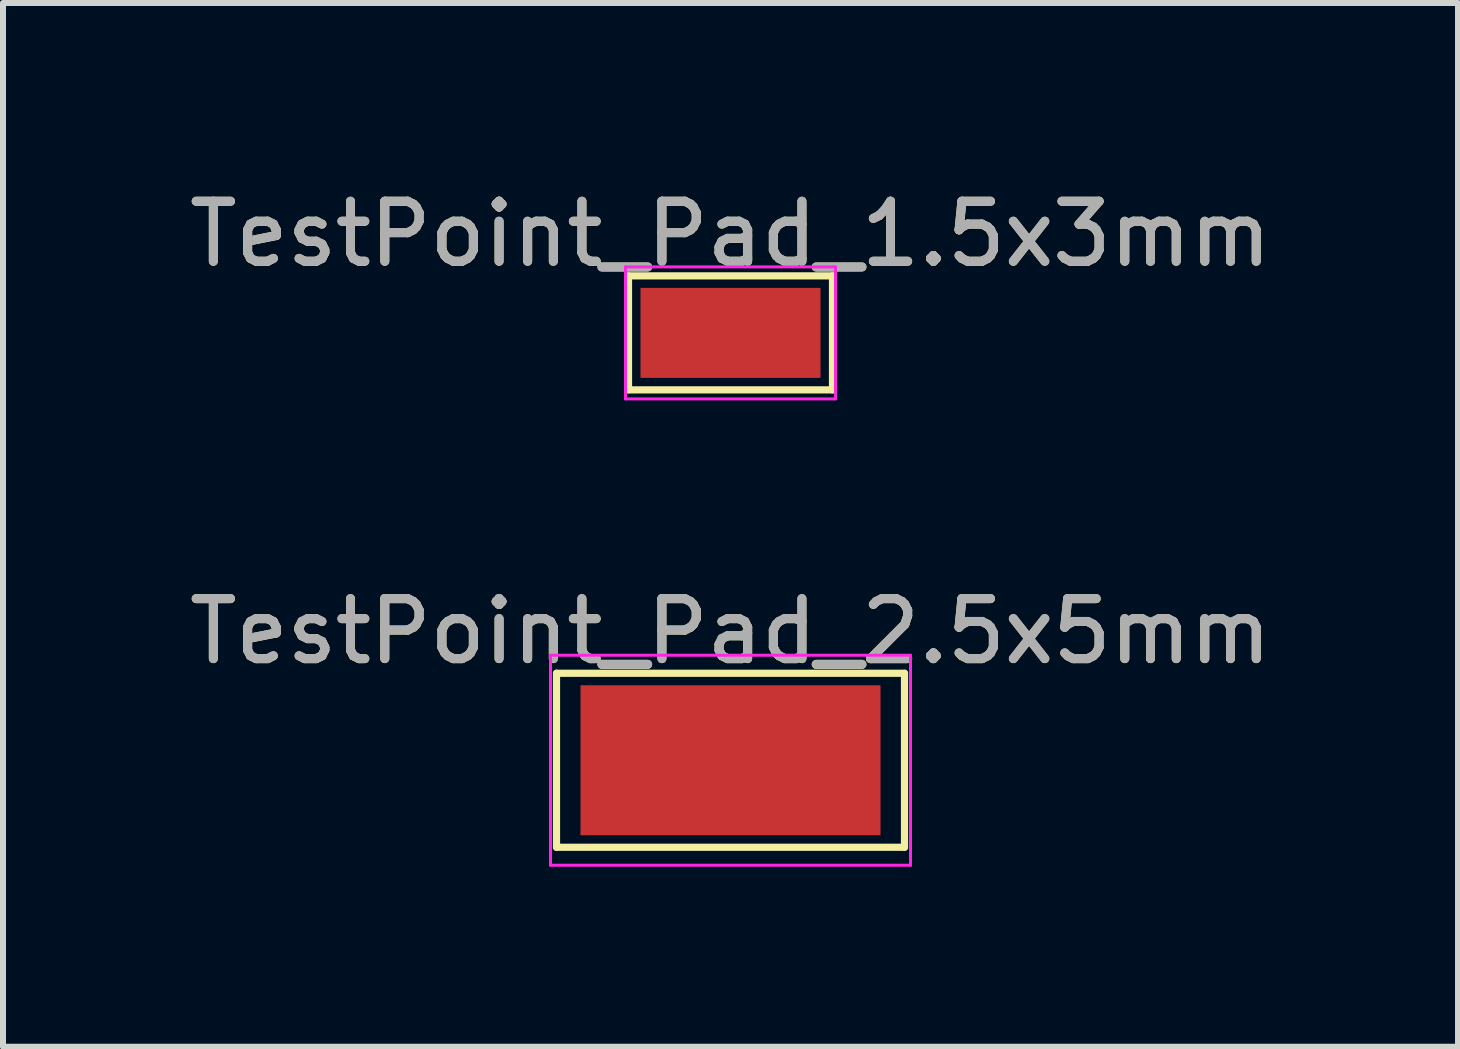
<source format=kicad_pcb>
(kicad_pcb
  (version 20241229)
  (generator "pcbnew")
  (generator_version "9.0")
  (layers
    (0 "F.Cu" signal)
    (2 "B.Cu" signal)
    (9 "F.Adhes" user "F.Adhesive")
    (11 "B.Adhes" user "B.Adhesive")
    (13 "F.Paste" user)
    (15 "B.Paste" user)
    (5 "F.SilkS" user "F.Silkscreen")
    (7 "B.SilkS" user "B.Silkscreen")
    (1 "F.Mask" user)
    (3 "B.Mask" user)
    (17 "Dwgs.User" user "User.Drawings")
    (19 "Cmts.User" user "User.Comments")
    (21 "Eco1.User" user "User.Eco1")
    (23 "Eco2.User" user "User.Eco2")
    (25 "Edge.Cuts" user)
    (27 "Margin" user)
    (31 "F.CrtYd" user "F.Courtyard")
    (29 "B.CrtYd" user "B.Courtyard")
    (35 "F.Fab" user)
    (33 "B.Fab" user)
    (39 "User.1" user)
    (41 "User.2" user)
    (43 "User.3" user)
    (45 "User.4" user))
  (footprint "TestPoint_Pad_2.5x5mm"
    (layer "F.Cu")
    (at 9.125 9.621)
    (property "Reference" "TestPoint_Pad_2.5x5mm" (at 0 -2.148 0) (layer "F.SilkS") (effects (font (size 1 1) (thickness 0.15))))
    (attr exclude_from_pos_files exclude_from_bom)
    (fp_line (start -2.9 -1.45) (end 2.9 -1.45) (stroke (width 0.12) (type solid)) (layer "F.SilkS"))
    (fp_line (start -2.9 1.45) (end -2.9 -1.45) (stroke (width 0.12) (type solid)) (layer "F.SilkS"))
    (fp_line (start 2.9 -1.45) (end 2.9 1.45) (stroke (width 0.12) (type solid)) (layer "F.SilkS"))
    (fp_line (start 2.9 1.45) (end -2.9 1.45) (stroke (width 0.12) (type solid)) (layer "F.SilkS"))
    (fp_line (start -3 -1.75) (end -3 1.75) (stroke (width 0.05) (type solid)) (layer "F.CrtYd"))
    (fp_line (start -3 -1.75) (end 3 -1.75) (stroke (width 0.05) (type solid)) (layer "F.CrtYd"))
    (fp_line (start 3 1.75) (end -3 1.75) (stroke (width 0.05) (type solid)) (layer "F.CrtYd"))
    (fp_line (start 3 1.75) (end 3 -1.75) (stroke (width 0.05) (type solid)) (layer "F.CrtYd"))
    (fp_text user "${REFERENCE}" (at 0 -2.15 0) (layer "F.Fab") (effects (font (size 1 1) (thickness 0.15))))
    (pad "1" smd rect (at 0 0) (size 5 2.5) (layers "F.Cu" "F.Mask")))
  (footprint "TestPoint_Pad_1.5x3mm"
    (layer "F.Cu")
    (at 9.125 2.498)
    (property "Reference" "TestPoint_Pad_1.5x3mm" (at 0 -1.648 0) (layer "F.SilkS") (effects (font (size 1 1) (thickness 0.15))))
    (attr exclude_from_pos_files exclude_from_bom)
    (fp_line (start -1.7 -0.95) (end 1.7 -0.95) (stroke (width 0.12) (type solid)) (layer "F.SilkS"))
    (fp_line (start -1.7 0.95) (end -1.7 -0.95) (stroke (width 0.12) (type solid)) (layer "F.SilkS"))
    (fp_line (start 1.7 -0.95) (end 1.7 0.95) (stroke (width 0.12) (type solid)) (layer "F.SilkS"))
    (fp_line (start 1.7 0.95) (end -1.7 0.95) (stroke (width 0.12) (type solid)) (layer "F.SilkS"))
    (fp_line (start -1.75 -1.1) (end -1.75 1.1) (stroke (width 0.05) (type solid)) (layer "F.CrtYd"))
    (fp_line (start -1.75 -1.1) (end 1.75 -1.1) (stroke (width 0.05) (type solid)) (layer "F.CrtYd"))
    (fp_line (start 1.75 1.1) (end -1.75 1.1) (stroke (width 0.05) (type solid)) (layer "F.CrtYd"))
    (fp_line (start 1.75 1.1) (end 1.75 -1.1) (stroke (width 0.05) (type solid)) (layer "F.CrtYd"))
    (fp_text user "${REFERENCE}" (at 0 -1.65 0) (layer "F.Fab") (effects (font (size 1 1) (thickness 0.15))))
    (pad "1" smd rect (at 0 0) (size 3 1.5) (layers "F.Cu" "F.Mask")))
  (gr_rect
    (start -3 -3)
    (end 21.25 14.396)
    (stroke (width 0.1) (type default))
    (fill no)
    (layer "Edge.Cuts")))
</source>
